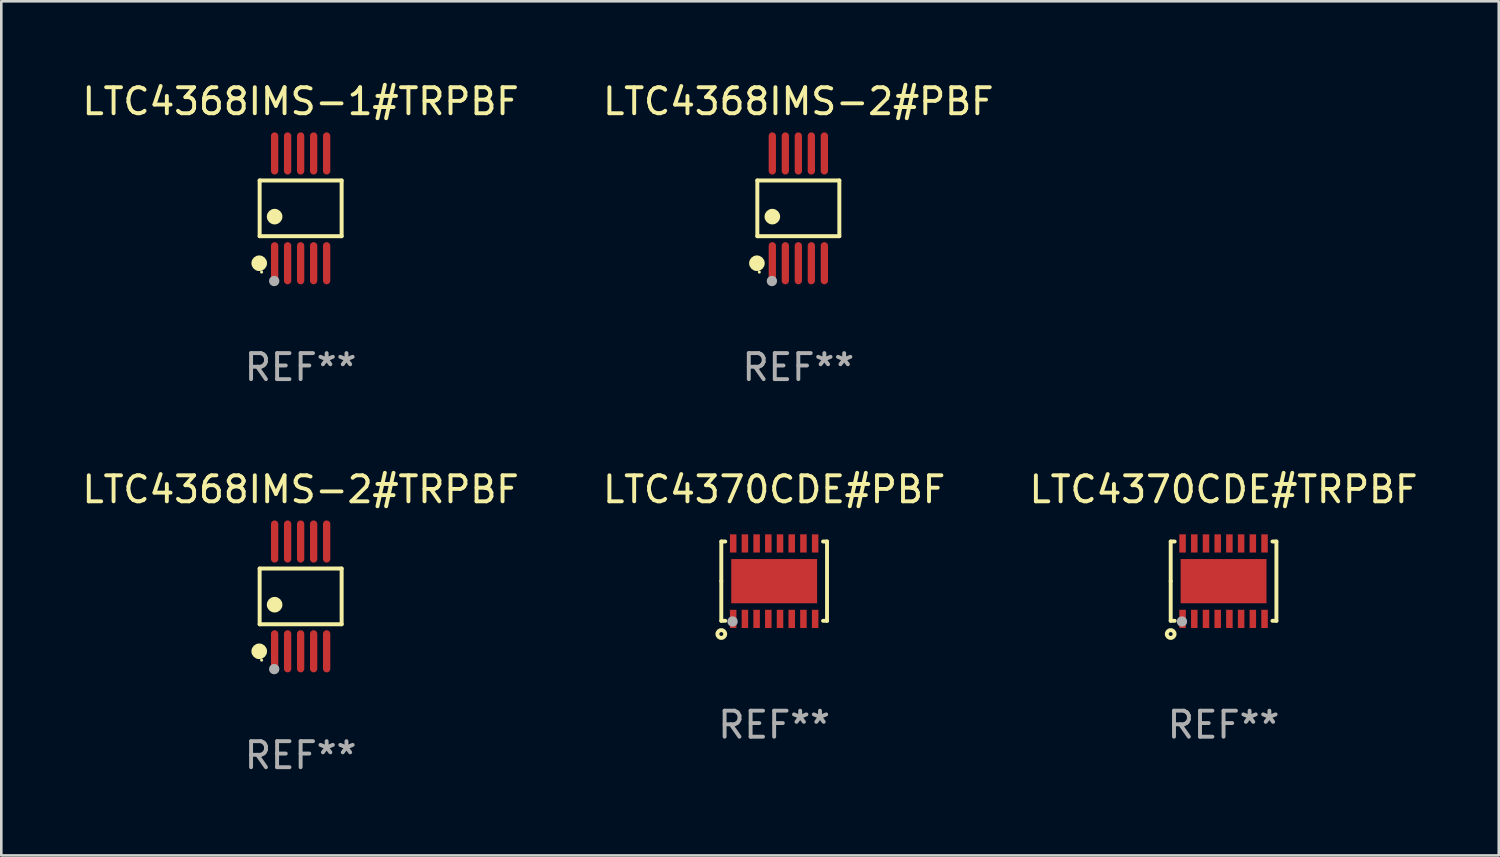
<source format=kicad_pcb>
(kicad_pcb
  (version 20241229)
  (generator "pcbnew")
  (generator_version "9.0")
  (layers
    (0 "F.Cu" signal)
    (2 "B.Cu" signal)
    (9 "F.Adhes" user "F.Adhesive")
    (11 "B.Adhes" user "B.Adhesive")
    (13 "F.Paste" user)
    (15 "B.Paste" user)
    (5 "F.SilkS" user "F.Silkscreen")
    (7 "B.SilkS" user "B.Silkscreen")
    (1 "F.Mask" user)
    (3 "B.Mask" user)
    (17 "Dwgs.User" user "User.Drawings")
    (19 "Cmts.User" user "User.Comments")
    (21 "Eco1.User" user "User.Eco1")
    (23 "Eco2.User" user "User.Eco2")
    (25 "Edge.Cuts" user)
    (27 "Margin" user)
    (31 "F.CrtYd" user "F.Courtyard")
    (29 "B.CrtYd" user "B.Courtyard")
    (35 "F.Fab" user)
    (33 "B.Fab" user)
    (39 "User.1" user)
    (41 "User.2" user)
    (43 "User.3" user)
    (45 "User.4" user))
  (footprint "LTC4368IMS-2#PBF"
    (layer "F.Cu")
    (at 27.637 4.958)
    (property "Reference" "LTC4368IMS-2#PBF" (at 0 -4.11 0) (layer "F.SilkS") (effects (font (size 1 1) (thickness 0.15))))
    (attr through_hole)
    (fp_line (start -1.576 -1.071) (end 1.576 -1.071) (stroke (width 0.152) (type solid)) (layer "F.SilkS"))
    (fp_line (start -1.576 1.071) (end -1.576 -1.071) (stroke (width 0.152) (type solid)) (layer "F.SilkS"))
    (fp_line (start 1.576 -1.071) (end 1.576 1.071) (stroke (width 0.152) (type solid)) (layer "F.SilkS"))
    (fp_line (start 1.576 1.071) (end -1.576 1.071) (stroke (width 0.152) (type solid)) (layer "F.SilkS"))
    (fp_circle (center -1.592 2.11) (end -1.442 2.11) (stroke (width 0.3) (type solid)) (fill no) (layer "F.SilkS"))
    (fp_circle (center -1.5 2.45) (end -1.47 2.45) (stroke (width 0.06) (type solid)) (fill no) (layer "F.SilkS"))
    (fp_circle (center -1 0.319) (end -0.85 0.319) (stroke (width 0.3) (type solid)) (fill no) (layer "F.SilkS"))
    (fp_circle (center -1.016 2.794) (end -0.916 2.794) (stroke (width 0.2) (type solid)) (fill no) (layer "F.Fab"))
    (fp_text user "REF**" (at 0 6.11 0) (layer "F.Fab") (effects (font (size 1 1) (thickness 0.15))))
    (pad "1" smd oval (at -1 2.11) (size 0.28 1.62) (layers "F.Cu" "F.Mask" "F.Paste"))
    (pad "2" smd oval (at -0.5 2.11) (size 0.28 1.62) (layers "F.Cu" "F.Mask" "F.Paste"))
    (pad "3" smd oval (at 0 2.11) (size 0.28 1.62) (layers "F.Cu" "F.Mask" "F.Paste"))
    (pad "4" smd oval (at 0.5 2.11) (size 0.28 1.62) (layers "F.Cu" "F.Mask" "F.Paste"))
    (pad "5" smd oval (at 1 2.11) (size 0.28 1.62) (layers "F.Cu" "F.Mask" "F.Paste"))
    (pad "6" smd oval (at 1 -2.11) (size 0.28 1.62) (layers "F.Cu" "F.Mask" "F.Paste"))
    (pad "7" smd oval (at 0.5 -2.11) (size 0.28 1.62) (layers "F.Cu" "F.Mask" "F.Paste"))
    (pad "8" smd oval (at 0 -2.11) (size 0.28 1.62) (layers "F.Cu" "F.Mask" "F.Paste"))
    (pad "9" smd oval (at -0.5 -2.11) (size 0.28 1.62) (layers "F.Cu" "F.Mask" "F.Paste"))
    (pad "10" smd oval (at -1 -2.11) (size 0.28 1.62) (layers "F.Cu" "F.Mask" "F.Paste")))
  (footprint "LTC4368IMS-1#TRPBF"
    (layer "F.Cu")
    (at 8.506 4.958)
    (property "Reference" "LTC4368IMS-1#TRPBF" (at 0 -4.11 0) (layer "F.SilkS") (effects (font (size 1 1) (thickness 0.15))))
    (attr through_hole)
    (fp_line (start -1.576 -1.071) (end 1.576 -1.071) (stroke (width 0.152) (type solid)) (layer "F.SilkS"))
    (fp_line (start -1.576 1.071) (end -1.576 -1.071) (stroke (width 0.152) (type solid)) (layer "F.SilkS"))
    (fp_line (start 1.576 -1.071) (end 1.576 1.071) (stroke (width 0.152) (type solid)) (layer "F.SilkS"))
    (fp_line (start 1.576 1.071) (end -1.576 1.071) (stroke (width 0.152) (type solid)) (layer "F.SilkS"))
    (fp_circle (center -1.592 2.11) (end -1.442 2.11) (stroke (width 0.3) (type solid)) (fill no) (layer "F.SilkS"))
    (fp_circle (center -1.5 2.45) (end -1.47 2.45) (stroke (width 0.06) (type solid)) (fill no) (layer "F.SilkS"))
    (fp_circle (center -1 0.319) (end -0.85 0.319) (stroke (width 0.3) (type solid)) (fill no) (layer "F.SilkS"))
    (fp_circle (center -1.016 2.794) (end -0.916 2.794) (stroke (width 0.2) (type solid)) (fill no) (layer "F.Fab"))
    (fp_text user "REF**" (at 0 6.11 0) (layer "F.Fab") (effects (font (size 1 1) (thickness 0.15))))
    (pad "1" smd oval (at -1 2.11) (size 0.28 1.62) (layers "F.Cu" "F.Mask" "F.Paste"))
    (pad "2" smd oval (at -0.5 2.11) (size 0.28 1.62) (layers "F.Cu" "F.Mask" "F.Paste"))
    (pad "3" smd oval (at 0 2.11) (size 0.28 1.62) (layers "F.Cu" "F.Mask" "F.Paste"))
    (pad "4" smd oval (at 0.5 2.11) (size 0.28 1.62) (layers "F.Cu" "F.Mask" "F.Paste"))
    (pad "5" smd oval (at 1 2.11) (size 0.28 1.62) (layers "F.Cu" "F.Mask" "F.Paste"))
    (pad "6" smd oval (at 1 -2.11) (size 0.28 1.62) (layers "F.Cu" "F.Mask" "F.Paste"))
    (pad "7" smd oval (at 0.5 -2.11) (size 0.28 1.62) (layers "F.Cu" "F.Mask" "F.Paste"))
    (pad "8" smd oval (at 0 -2.11) (size 0.28 1.62) (layers "F.Cu" "F.Mask" "F.Paste"))
    (pad "9" smd oval (at -0.5 -2.11) (size 0.28 1.62) (layers "F.Cu" "F.Mask" "F.Paste"))
    (pad "10" smd oval (at -1 -2.11) (size 0.28 1.62) (layers "F.Cu" "F.Mask" "F.Paste")))
  (footprint "LTC4370CDE#TRPBF"
    (layer "F.Cu")
    (at 43.982 19.289)
    (property "Reference" "LTC4370CDE#TRPBF" (at 0 -3.524 0) (layer "F.SilkS") (effects (font (size 1 1) (thickness 0.15))))
    (attr through_hole)
    (fp_line (start -2.032 -1.524) (end -1.879 -1.524) (stroke (width 0.15) (type solid)) (layer "F.SilkS"))
    (fp_line (start -2.032 0) (end -2.032 -1.524) (stroke (width 0.15) (type solid)) (layer "F.SilkS"))
    (fp_line (start -2.032 1.524) (end -2.032 0) (stroke (width 0.15) (type solid)) (layer "F.SilkS"))
    (fp_line (start -1.879 1.524) (end -2.032 1.524) (stroke (width 0.15) (type solid)) (layer "F.SilkS"))
    (fp_line (start 1.879 -1.524) (end 2.032 -1.524) (stroke (width 0.15) (type solid)) (layer "F.SilkS"))
    (fp_line (start 2.032 -1.524) (end 2.032 1.524) (stroke (width 0.15) (type solid)) (layer "F.SilkS"))
    (fp_line (start 2.032 1.524) (end 1.879 1.524) (stroke (width 0.15) (type solid)) (layer "F.SilkS"))
    (fp_circle (center -2.032 2.032) (end -1.882 2.032) (stroke (width 0.15) (type solid)) (fill no) (layer "F.SilkS"))
    (fp_circle (center -2 1.5) (end -1.97 1.5) (stroke (width 0.06) (type solid)) (fill no) (layer "F.SilkS"))
    (fp_circle (center -1.6 1.55) (end -1.5 1.55) (stroke (width 0.2) (type solid)) (fill no) (layer "F.Fab"))
    (fp_text user "REF**" (at 0 5.524 0) (layer "F.Fab") (effects (font (size 1 1) (thickness 0.15))))
    (pad "1" smd rect (at -1.575 1.45 90) (size 0.7 0.25) (layers "F.Cu" "F.Mask" "F.Paste"))
    (pad "2" smd rect (at -1.125 1.45 90) (size 0.7 0.25) (layers "F.Cu" "F.Mask" "F.Paste"))
    (pad "3" smd rect (at -0.675 1.45 90) (size 0.7 0.25) (layers "F.Cu" "F.Mask" "F.Paste"))
    (pad "4" smd rect (at -0.225 1.45 90) (size 0.7 0.25) (layers "F.Cu" "F.Mask" "F.Paste"))
    (pad "5" smd rect (at 0.225 1.45 90) (size 0.7 0.25) (layers "F.Cu" "F.Mask" "F.Paste"))
    (pad "6" smd rect (at 0.675 1.45 90) (size 0.7 0.25) (layers "F.Cu" "F.Mask" "F.Paste"))
    (pad "7" smd rect (at 1.125 1.45 90) (size 0.7 0.25) (layers "F.Cu" "F.Mask" "F.Paste"))
    (pad "8" smd rect (at 1.575 1.45 90) (size 0.7 0.25) (layers "F.Cu" "F.Mask" "F.Paste"))
    (pad "9" smd rect (at 1.575 -1.45 90) (size 0.7 0.25) (layers "F.Cu" "F.Mask" "F.Paste"))
    (pad "10" smd rect (at 1.125 -1.45 90) (size 0.7 0.25) (layers "F.Cu" "F.Mask" "F.Paste"))
    (pad "11" smd rect (at 0.675 -1.45 90) (size 0.7 0.25) (layers "F.Cu" "F.Mask" "F.Paste"))
    (pad "12" smd rect (at 0.225 -1.45 90) (size 0.7 0.25) (layers "F.Cu" "F.Mask" "F.Paste"))
    (pad "13" smd rect (at -0.225 -1.45 90) (size 0.7 0.25) (layers "F.Cu" "F.Mask" "F.Paste"))
    (pad "14" smd rect (at -0.675 -1.45 90) (size 0.7 0.25) (layers "F.Cu" "F.Mask" "F.Paste"))
    (pad "15" smd rect (at -1.125 -1.45 90) (size 0.7 0.25) (layers "F.Cu" "F.Mask" "F.Paste"))
    (pad "16" smd rect (at -1.575 -1.45 90) (size 0.7 0.25) (layers "F.Cu" "F.Mask" "F.Paste"))
    (pad "17" smd rect (at 0.000127 0 90) (size 1.7 3.3) (layers "F.Cu" "F.Mask" "F.Paste")))
  (footprint "LTC4370CDE#PBF"
    (layer "F.Cu")
    (at 26.708 19.289)
    (property "Reference" "LTC4370CDE#PBF" (at 0 -3.524 0) (layer "F.SilkS") (effects (font (size 1 1) (thickness 0.15))))
    (attr through_hole)
    (fp_line (start -2.032 -1.524) (end -1.879 -1.524) (stroke (width 0.15) (type solid)) (layer "F.SilkS"))
    (fp_line (start -2.032 0) (end -2.032 -1.524) (stroke (width 0.15) (type solid)) (layer "F.SilkS"))
    (fp_line (start -2.032 1.524) (end -2.032 0) (stroke (width 0.15) (type solid)) (layer "F.SilkS"))
    (fp_line (start -1.879 1.524) (end -2.032 1.524) (stroke (width 0.15) (type solid)) (layer "F.SilkS"))
    (fp_line (start 1.879 -1.524) (end 2.032 -1.524) (stroke (width 0.15) (type solid)) (layer "F.SilkS"))
    (fp_line (start 2.032 -1.524) (end 2.032 1.524) (stroke (width 0.15) (type solid)) (layer "F.SilkS"))
    (fp_line (start 2.032 1.524) (end 1.879 1.524) (stroke (width 0.15) (type solid)) (layer "F.SilkS"))
    (fp_circle (center -2.032 2.032) (end -1.882 2.032) (stroke (width 0.15) (type solid)) (fill no) (layer "F.SilkS"))
    (fp_circle (center -2 1.5) (end -1.97 1.5) (stroke (width 0.06) (type solid)) (fill no) (layer "F.SilkS"))
    (fp_circle (center -1.6 1.55) (end -1.5 1.55) (stroke (width 0.2) (type solid)) (fill no) (layer "F.Fab"))
    (fp_text user "REF**" (at 0 5.524 0) (layer "F.Fab") (effects (font (size 1 1) (thickness 0.15))))
    (pad "1" smd rect (at -1.575 1.45 90) (size 0.7 0.25) (layers "F.Cu" "F.Mask" "F.Paste"))
    (pad "2" smd rect (at -1.125 1.45 90) (size 0.7 0.25) (layers "F.Cu" "F.Mask" "F.Paste"))
    (pad "3" smd rect (at -0.675 1.45 90) (size 0.7 0.25) (layers "F.Cu" "F.Mask" "F.Paste"))
    (pad "4" smd rect (at -0.225 1.45 90) (size 0.7 0.25) (layers "F.Cu" "F.Mask" "F.Paste"))
    (pad "5" smd rect (at 0.225 1.45 90) (size 0.7 0.25) (layers "F.Cu" "F.Mask" "F.Paste"))
    (pad "6" smd rect (at 0.675 1.45 90) (size 0.7 0.25) (layers "F.Cu" "F.Mask" "F.Paste"))
    (pad "7" smd rect (at 1.125 1.45 90) (size 0.7 0.25) (layers "F.Cu" "F.Mask" "F.Paste"))
    (pad "8" smd rect (at 1.575 1.45 90) (size 0.7 0.25) (layers "F.Cu" "F.Mask" "F.Paste"))
    (pad "9" smd rect (at 1.575 -1.45 90) (size 0.7 0.25) (layers "F.Cu" "F.Mask" "F.Paste"))
    (pad "10" smd rect (at 1.125 -1.45 90) (size 0.7 0.25) (layers "F.Cu" "F.Mask" "F.Paste"))
    (pad "11" smd rect (at 0.675 -1.45 90) (size 0.7 0.25) (layers "F.Cu" "F.Mask" "F.Paste"))
    (pad "12" smd rect (at 0.225 -1.45 90) (size 0.7 0.25) (layers "F.Cu" "F.Mask" "F.Paste"))
    (pad "13" smd rect (at -0.225 -1.45 90) (size 0.7 0.25) (layers "F.Cu" "F.Mask" "F.Paste"))
    (pad "14" smd rect (at -0.675 -1.45 90) (size 0.7 0.25) (layers "F.Cu" "F.Mask" "F.Paste"))
    (pad "15" smd rect (at -1.125 -1.45 90) (size 0.7 0.25) (layers "F.Cu" "F.Mask" "F.Paste"))
    (pad "16" smd rect (at -1.575 -1.45 90) (size 0.7 0.25) (layers "F.Cu" "F.Mask" "F.Paste"))
    (pad "17" smd rect (at 0.000127 0 90) (size 1.7 3.3) (layers "F.Cu" "F.Mask" "F.Paste")))
  (footprint "LTC4368IMS-2#TRPBF"
    (layer "F.Cu")
    (at 8.506 19.875)
    (property "Reference" "LTC4368IMS-2#TRPBF" (at 0 -4.11 0) (layer "F.SilkS") (effects (font (size 1 1) (thickness 0.15))))
    (attr through_hole)
    (fp_line (start -1.576 -1.071) (end 1.576 -1.071) (stroke (width 0.152) (type solid)) (layer "F.SilkS"))
    (fp_line (start -1.576 1.071) (end -1.576 -1.071) (stroke (width 0.152) (type solid)) (layer "F.SilkS"))
    (fp_line (start 1.576 -1.071) (end 1.576 1.071) (stroke (width 0.152) (type solid)) (layer "F.SilkS"))
    (fp_line (start 1.576 1.071) (end -1.576 1.071) (stroke (width 0.152) (type solid)) (layer "F.SilkS"))
    (fp_circle (center -1.592 2.11) (end -1.442 2.11) (stroke (width 0.3) (type solid)) (fill no) (layer "F.SilkS"))
    (fp_circle (center -1.5 2.45) (end -1.47 2.45) (stroke (width 0.06) (type solid)) (fill no) (layer "F.SilkS"))
    (fp_circle (center -1 0.319) (end -0.85 0.319) (stroke (width 0.3) (type solid)) (fill no) (layer "F.SilkS"))
    (fp_circle (center -1.016 2.794) (end -0.916 2.794) (stroke (width 0.2) (type solid)) (fill no) (layer "F.Fab"))
    (fp_text user "REF**" (at 0 6.11 0) (layer "F.Fab") (effects (font (size 1 1) (thickness 0.15))))
    (pad "1" smd oval (at -1 2.11) (size 0.28 1.62) (layers "F.Cu" "F.Mask" "F.Paste"))
    (pad "2" smd oval (at -0.5 2.11) (size 0.28 1.62) (layers "F.Cu" "F.Mask" "F.Paste"))
    (pad "3" smd oval (at 0 2.11) (size 0.28 1.62) (layers "F.Cu" "F.Mask" "F.Paste"))
    (pad "4" smd oval (at 0.5 2.11) (size 0.28 1.62) (layers "F.Cu" "F.Mask" "F.Paste"))
    (pad "5" smd oval (at 1 2.11) (size 0.28 1.62) (layers "F.Cu" "F.Mask" "F.Paste"))
    (pad "6" smd oval (at 1 -2.11) (size 0.28 1.62) (layers "F.Cu" "F.Mask" "F.Paste"))
    (pad "7" smd oval (at 0.5 -2.11) (size 0.28 1.62) (layers "F.Cu" "F.Mask" "F.Paste"))
    (pad "8" smd oval (at 0 -2.11) (size 0.28 1.62) (layers "F.Cu" "F.Mask" "F.Paste"))
    (pad "9" smd oval (at -0.5 -2.11) (size 0.28 1.62) (layers "F.Cu" "F.Mask" "F.Paste"))
    (pad "10" smd oval (at -1 -2.11) (size 0.28 1.62) (layers "F.Cu" "F.Mask" "F.Paste")))
  (gr_rect
    (start -3 -3)
    (end 54.56 29.833)
    (stroke (width 0.1) (type default))
    (fill no)
    (layer "Edge.Cuts")))
</source>
